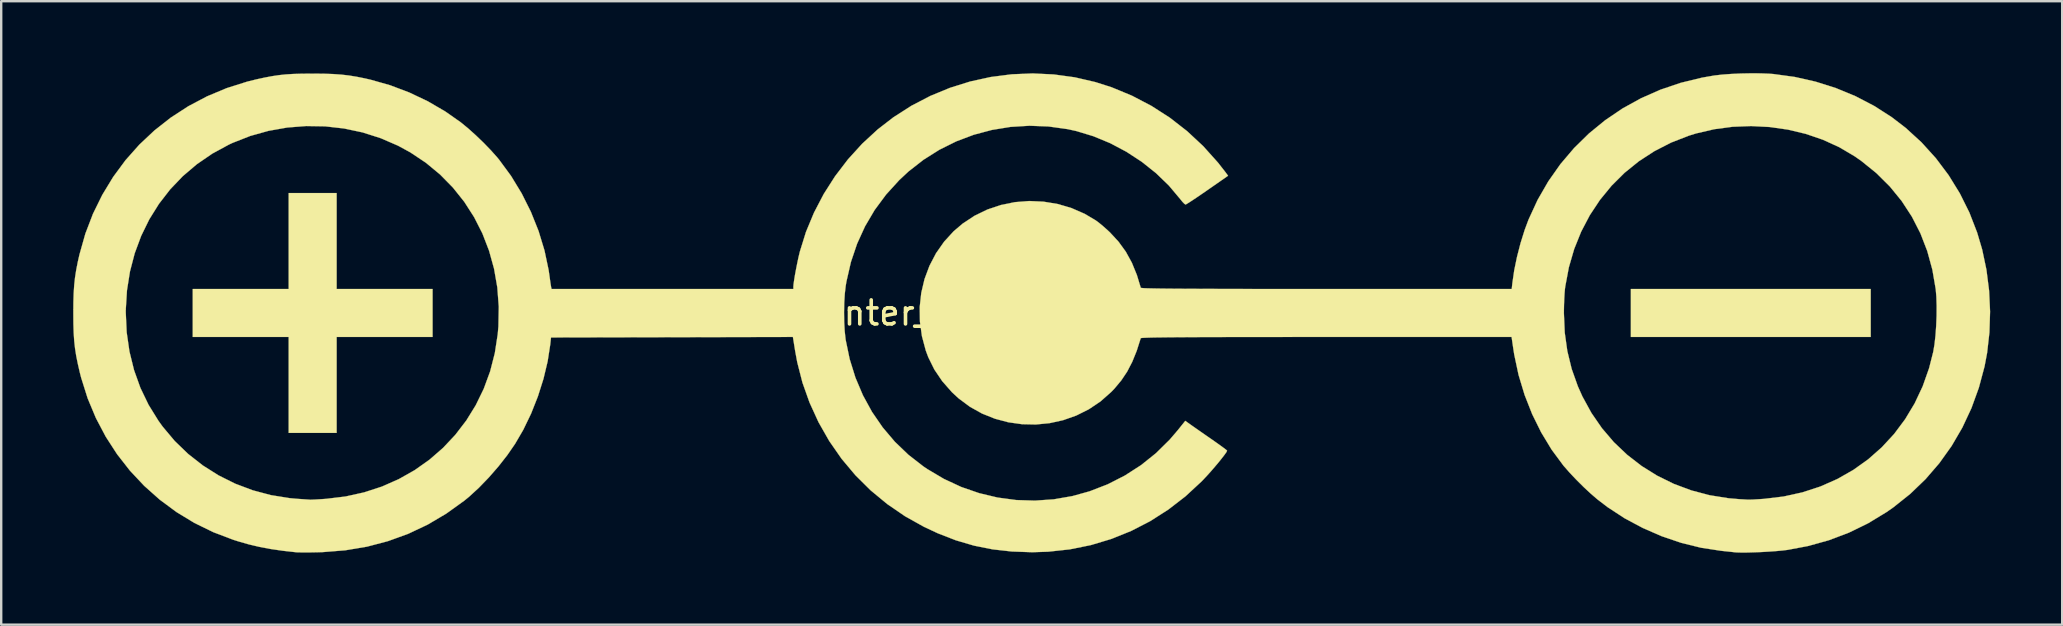
<source format=kicad_pcb>
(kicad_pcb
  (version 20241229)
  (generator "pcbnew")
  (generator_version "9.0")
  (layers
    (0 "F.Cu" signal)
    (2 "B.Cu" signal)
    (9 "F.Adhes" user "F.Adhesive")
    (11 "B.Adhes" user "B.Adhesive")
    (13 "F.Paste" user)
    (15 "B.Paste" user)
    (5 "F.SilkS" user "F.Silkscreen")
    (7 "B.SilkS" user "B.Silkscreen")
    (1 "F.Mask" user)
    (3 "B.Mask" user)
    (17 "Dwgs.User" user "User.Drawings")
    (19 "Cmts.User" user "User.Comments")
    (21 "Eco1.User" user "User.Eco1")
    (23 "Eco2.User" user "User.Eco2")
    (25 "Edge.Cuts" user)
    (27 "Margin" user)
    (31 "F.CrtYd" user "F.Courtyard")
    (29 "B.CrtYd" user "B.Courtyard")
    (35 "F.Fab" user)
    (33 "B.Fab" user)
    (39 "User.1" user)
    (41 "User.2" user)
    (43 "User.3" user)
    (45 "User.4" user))
  (footprint "Polarity_Center_Negative_20mm_SilkScreen"
    (layer "F.Cu")
    (at 39.915 9.99)
    (property "Reference" "Polarity_Center_Negative_20mm_SilkScreen" (at 0 0 0) (layer "F.SilkS") (effects (font (size 1 1) (thickness 0.15))))
    (attr exclude_from_pos_files exclude_from_bom)
    (fp_poly (pts (xy 34.977 0.999) (xy 24.984 0.999) (xy 24.984 -0.999) (xy 34.977 -0.999) (xy 34.977 0.999)) (stroke (width 0.01) (type solid)) (fill yes) (layer "F.SilkS"))
    (fp_poly (pts (xy -28.939 -0.999) (xy -24.942 -0.999) (xy -24.942 0.999) (xy -28.939 0.999) (xy -28.939 4.997) (xy -30.938 4.997) (xy -30.938 0.999) (xy -34.935 0.999) (xy -34.935 -0.999) (xy -30.938 -0.999) (xy -30.938 -4.997) (xy -28.939 -4.997) (xy -28.939 -0.999)) (stroke (width 0.01) (type solid)) (fill yes) (layer "F.SilkS"))
    (fp_poly (pts (xy 30.382 -9.983) (xy 30.744 -9.969) (xy 30.92 -9.956) (xy 31.808 -9.835) (xy 32.68 -9.638) (xy 33.527 -9.37) (xy 34.344 -9.032) (xy 35.121 -8.627) (xy 35.852 -8.159) (xy 36.434 -7.712) (xy 37.094 -7.108) (xy 37.691 -6.449) (xy 38.224 -5.74) (xy 38.69 -4.984) (xy 39.087 -4.187) (xy 39.411 -3.352) (xy 39.621 -2.644) (xy 39.799 -1.8) (xy 39.909 -0.933) (xy 39.95 -0.058) (xy 39.923 0.811) (xy 39.827 1.66) (xy 39.721 2.223) (xy 39.483 3.113) (xy 39.174 3.964) (xy 38.795 4.774) (xy 38.349 5.539) (xy 37.837 6.256) (xy 37.262 6.923) (xy 36.626 7.535) (xy 35.931 8.09) (xy 35.638 8.295) (xy 34.87 8.761) (xy 34.069 9.152) (xy 33.232 9.469) (xy 32.358 9.711) (xy 31.509 9.871) (xy 31.296 9.897) (xy 31.032 9.921) (xy 30.736 9.942) (xy 30.425 9.96) (xy 30.117 9.972) (xy 29.83 9.98) (xy 29.581 9.981) (xy 29.387 9.976) (xy 29.314 9.97) (xy 29.211 9.958) (xy 29.05 9.941) (xy 28.858 9.921) (xy 28.731 9.907) (xy 27.908 9.781) (xy 27.084 9.578) (xy 26.271 9.302) (xy 25.481 8.959) (xy 24.724 8.554) (xy 24.015 8.091) (xy 23.589 7.765) (xy 23.317 7.531) (xy 23.019 7.254) (xy 22.718 6.955) (xy 22.437 6.658) (xy 22.196 6.384) (xy 22.168 6.35) (xy 21.682 5.693) (xy 21.249 4.978) (xy 20.872 4.215) (xy 20.556 3.413) (xy 20.305 2.582) (xy 20.124 1.732) (xy 20.089 1.509) (xy 20.014 0.999) (xy 12.296 0.999) (xy 11.32 0.999) (xy 10.425 1) (xy 9.608 1) (xy 8.864 1.001) (xy 8.192 1.002) (xy 7.588 1.004) (xy 7.049 1.005) (xy 6.572 1.007) (xy 6.155 1.01) (xy 5.793 1.012) (xy 5.485 1.016) (xy 5.227 1.019) (xy 5.016 1.023) (xy 4.849 1.028) (xy 4.724 1.033) (xy 4.636 1.038) (xy 4.584 1.044) (xy 4.563 1.051) (xy 4.563 1.051) (xy 4.395 1.578) (xy 4.209 2.036) (xy 3.998 2.442) (xy 3.752 2.81) (xy 3.464 3.155) (xy 3.333 3.291) (xy 2.885 3.687) (xy 2.397 4.014) (xy 1.876 4.274) (xy 1.33 4.466) (xy 0.767 4.59) (xy 0.193 4.646) (xy -0.382 4.634) (xy -0.953 4.554) (xy -1.51 4.406) (xy -2.047 4.191) (xy -2.556 3.907) (xy -3.029 3.555) (xy -3.303 3.301) (xy -3.707 2.842) (xy -4.034 2.359) (xy -4.289 1.843) (xy -4.393 1.565) (xy -4.554 0.964) (xy -4.637 0.358) (xy -4.642 0.014) (xy 22.194 0.014) (xy 22.229 0.82) (xy 22.337 1.589) (xy 22.518 2.331) (xy 22.775 3.054) (xy 22.964 3.477) (xy 23.34 4.164) (xy 23.779 4.801) (xy 24.277 5.384) (xy 24.831 5.91) (xy 25.435 6.377) (xy 26.085 6.782) (xy 26.776 7.121) (xy 27.505 7.393) (xy 28.267 7.594) (xy 29.058 7.72) (xy 29.522 7.759) (xy 29.672 7.767) (xy 29.804 7.775) (xy 29.855 7.778) (xy 29.935 7.778) (xy 30.078 7.773) (xy 30.266 7.762) (xy 30.481 7.748) (xy 30.529 7.745) (xy 31.346 7.647) (xy 32.131 7.474) (xy 32.879 7.23) (xy 33.587 6.917) (xy 34.252 6.539) (xy 34.87 6.098) (xy 35.438 5.597) (xy 35.953 5.04) (xy 36.41 4.428) (xy 36.808 3.766) (xy 37.142 3.056) (xy 37.409 2.301) (xy 37.581 1.624) (xy 37.634 1.311) (xy 37.676 0.939) (xy 37.705 0.531) (xy 37.722 0.11) (xy 37.724 -0.301) (xy 37.712 -0.679) (xy 37.686 -0.988) (xy 37.546 -1.803) (xy 37.333 -2.581) (xy 37.048 -3.318) (xy 36.692 -4.014) (xy 36.267 -4.665) (xy 35.773 -5.271) (xy 35.213 -5.827) (xy 34.587 -6.333) (xy 34.311 -6.526) (xy 33.674 -6.903) (xy 32.993 -7.215) (xy 32.276 -7.461) (xy 31.531 -7.639) (xy 30.768 -7.748) (xy 29.995 -7.788) (xy 29.221 -7.758) (xy 28.454 -7.656) (xy 27.702 -7.481) (xy 27.399 -7.387) (xy 26.659 -7.099) (xy 25.964 -6.742) (xy 25.317 -6.322) (xy 24.722 -5.841) (xy 24.181 -5.303) (xy 23.697 -4.713) (xy 23.274 -4.075) (xy 22.915 -3.391) (xy 22.623 -2.667) (xy 22.401 -1.905) (xy 22.252 -1.111) (xy 22.237 -1) (xy 22.222 -0.829) (xy 22.209 -0.601) (xy 22.199 -0.341) (xy 22.194 -0.075) (xy 22.194 0.014) (xy -4.642 0.014) (xy -4.646 -0.245) (xy -4.581 -0.838) (xy -4.445 -1.414) (xy -4.239 -1.966) (xy -3.967 -2.487) (xy -3.63 -2.969) (xy -3.231 -3.405) (xy -2.86 -3.721) (xy -2.36 -4.051) (xy -1.824 -4.311) (xy -1.26 -4.5) (xy -0.678 -4.618) (xy -0.084 -4.664) (xy 0.511 -4.638) (xy 1.101 -4.541) (xy 1.676 -4.372) (xy 2.228 -4.131) (xy 2.686 -3.86) (xy 2.823 -3.758) (xy 2.993 -3.617) (xy 3.171 -3.46) (xy 3.279 -3.359) (xy 3.639 -2.969) (xy 3.942 -2.552) (xy 4.194 -2.093) (xy 4.403 -1.581) (xy 4.564 -1.051) (xy 4.581 -1.045) (xy 4.629 -1.039) (xy 4.712 -1.033) (xy 4.833 -1.028) (xy 4.994 -1.024) (xy 5.2 -1.02) (xy 5.452 -1.016) (xy 5.754 -1.013) (xy 6.108 -1.01) (xy 6.519 -1.008) (xy 6.988 -1.006) (xy 7.519 -1.004) (xy 8.115 -1.002) (xy 8.779 -1.001) (xy 9.513 -1) (xy 10.322 -1) (xy 11.207 -0.999) (xy 12.172 -0.999) (xy 12.299 -0.999) (xy 20.02 -0.999) (xy 20.049 -1.26) (xy 20.125 -1.782) (xy 20.241 -2.342) (xy 20.388 -2.911) (xy 20.559 -3.458) (xy 20.72 -3.889) (xy 21.098 -4.71) (xy 21.543 -5.482) (xy 22.05 -6.203) (xy 22.617 -6.87) (xy 23.239 -7.48) (xy 23.913 -8.031) (xy 24.636 -8.521) (xy 25.405 -8.945) (xy 26.216 -9.303) (xy 27.065 -9.59) (xy 27.949 -9.805) (xy 28.455 -9.893) (xy 28.774 -9.93) (xy 29.151 -9.958) (xy 29.561 -9.977) (xy 29.98 -9.985) (xy 30.382 -9.983)) (stroke (width 0.01) (type solid)) (fill yes) (layer "F.SilkS"))
    (fp_poly (pts (xy 0.941 -9.938) (xy 1.813 -9.819) (xy 2.673 -9.62) (xy 3.352 -9.403) (xy 4.199 -9.052) (xy 5.008 -8.629) (xy 5.775 -8.136) (xy 6.494 -7.577) (xy 7.164 -6.953) (xy 7.778 -6.269) (xy 8.092 -5.868) (xy 8.202 -5.718) (xy 7.34 -5.118) (xy 7.102 -4.954) (xy 6.886 -4.807) (xy 6.701 -4.684) (xy 6.556 -4.59) (xy 6.462 -4.533) (xy 6.429 -4.518) (xy 6.381 -4.549) (xy 6.302 -4.63) (xy 6.211 -4.743) (xy 5.738 -5.306) (xy 5.2 -5.826) (xy 4.606 -6.299) (xy 3.968 -6.716) (xy 3.294 -7.073) (xy 2.595 -7.363) (xy 1.88 -7.58) (xy 1.516 -7.66) (xy 0.719 -7.771) (xy -0.076 -7.801) (xy -0.863 -7.753) (xy -1.637 -7.627) (xy -2.392 -7.426) (xy -3.122 -7.151) (xy -3.821 -6.804) (xy -4.485 -6.386) (xy -5.107 -5.901) (xy -5.497 -5.538) (xy -6.046 -4.935) (xy -6.522 -4.293) (xy -6.924 -3.61) (xy -7.254 -2.887) (xy -7.512 -2.124) (xy -7.697 -1.319) (xy -7.73 -1.124) (xy -7.767 -0.803) (xy -7.79 -0.428) (xy -7.798 -0.024) (xy -7.792 0.38) (xy -7.771 0.76) (xy -7.735 1.087) (xy -7.731 1.119) (xy -7.564 1.922) (xy -7.324 2.693) (xy -7.013 3.427) (xy -6.634 4.12) (xy -6.189 4.767) (xy -5.682 5.365) (xy -5.115 5.909) (xy -4.49 6.395) (xy -4.33 6.503) (xy -3.636 6.914) (xy -2.913 7.25) (xy -2.166 7.508) (xy -1.402 7.69) (xy -0.626 7.794) (xy 0.156 7.818) (xy 0.939 7.764) (xy 1.717 7.629) (xy 2.433 7.43) (xy 3.187 7.138) (xy 3.902 6.773) (xy 4.574 6.341) (xy 5.197 5.842) (xy 5.767 5.281) (xy 6.109 4.881) (xy 6.419 4.494) (xy 6.613 4.633) (xy 6.709 4.701) (xy 6.859 4.806) (xy 7.048 4.938) (xy 7.262 5.087) (xy 7.485 5.241) (xy 7.692 5.386) (xy 7.873 5.515) (xy 8.019 5.622) (xy 8.118 5.697) (xy 8.16 5.734) (xy 8.161 5.736) (xy 8.135 5.793) (xy 8.061 5.899) (xy 7.95 6.044) (xy 7.811 6.217) (xy 7.653 6.405) (xy 7.486 6.599) (xy 7.318 6.785) (xy 7.16 6.954) (xy 7.101 7.015) (xy 6.426 7.64) (xy 5.709 8.193) (xy 4.954 8.675) (xy 4.163 9.082) (xy 3.34 9.414) (xy 2.488 9.67) (xy 1.609 9.848) (xy 0.709 9.946) (xy 0.042 9.968) (xy -0.807 9.938) (xy -1.61 9.848) (xy -2.382 9.694) (xy -3.138 9.472) (xy -3.892 9.179) (xy -4.466 8.911) (xy -5.256 8.47) (xy -5.998 7.962) (xy -6.689 7.391) (xy -7.325 6.76) (xy -7.901 6.074) (xy -8.415 5.335) (xy -8.862 4.55) (xy -9.236 3.732) (xy -9.531 2.902) (xy -9.749 2.05) (xy -9.836 1.58) (xy -9.929 0.999) (xy -14.969 1.01) (xy -20.008 1.02) (xy -20.039 1.312) (xy -20.148 2.017) (xy -20.322 2.745) (xy -20.554 3.476) (xy -20.836 4.189) (xy -21.162 4.865) (xy -21.506 5.455) (xy -21.829 5.923) (xy -22.2 6.396) (xy -22.6 6.855) (xy -23.014 7.283) (xy -23.425 7.66) (xy -23.622 7.821) (xy -24.368 8.357) (xy -25.146 8.817) (xy -25.957 9.2) (xy -26.8 9.506) (xy -27.674 9.736) (xy -28.58 9.888) (xy -29.518 9.963) (xy -29.71 9.969) (xy -29.964 9.974) (xy -30.201 9.976) (xy -30.404 9.975) (xy -30.554 9.973) (xy -30.626 9.969) (xy -31.19 9.906) (xy -31.693 9.833) (xy -32.153 9.746) (xy -32.594 9.642) (xy -33.035 9.516) (xy -33.249 9.448) (xy -34.078 9.133) (xy -34.867 8.747) (xy -35.613 8.294) (xy -36.311 7.777) (xy -36.958 7.201) (xy -37.551 6.569) (xy -38.086 5.885) (xy -38.56 5.153) (xy -38.97 4.376) (xy -39.312 3.559) (xy -39.582 2.704) (xy -39.637 2.49) (xy -39.722 2.121) (xy -39.789 1.791) (xy -39.838 1.478) (xy -39.873 1.162) (xy -39.895 0.824) (xy -39.907 0.444) (xy -39.91 0) (xy -39.91 -0.021) (xy -37.725 -0.021) (xy -37.687 0.806) (xy -37.571 1.608) (xy -37.38 2.381) (xy -37.115 3.121) (xy -36.776 3.825) (xy -36.365 4.49) (xy -36.19 4.733) (xy -35.686 5.333) (xy -35.126 5.873) (xy -34.515 6.352) (xy -33.859 6.766) (xy -33.164 7.113) (xy -32.434 7.388) (xy -31.676 7.59) (xy -30.895 7.715) (xy -30.584 7.743) (xy -30.389 7.756) (xy -30.219 7.768) (xy -30.095 7.776) (xy -30.043 7.78) (xy -29.972 7.779) (xy -29.836 7.773) (xy -29.653 7.762) (xy -29.44 7.748) (xy -29.379 7.744) (xy -28.569 7.646) (xy -27.792 7.474) (xy -27.05 7.232) (xy -26.347 6.921) (xy -25.687 6.548) (xy -25.072 6.113) (xy -24.507 5.622) (xy -23.995 5.077) (xy -23.539 4.483) (xy -23.143 3.842) (xy -22.81 3.158) (xy -22.544 2.434) (xy -22.349 1.674) (xy -22.227 0.881) (xy -22.199 0.562) (xy -22.184 -0.263) (xy -22.245 -1.067) (xy -22.381 -1.846) (xy -22.589 -2.596) (xy -22.866 -3.313) (xy -23.211 -3.993) (xy -23.621 -4.632) (xy -24.095 -5.225) (xy -24.629 -5.769) (xy -25.221 -6.259) (xy -25.869 -6.691) (xy -26.379 -6.969) (xy -27.104 -7.283) (xy -27.857 -7.523) (xy -28.631 -7.687) (xy -29.417 -7.776) (xy -30.209 -7.789) (xy -30.998 -7.727) (xy -31.777 -7.589) (xy -32.539 -7.376) (xy -33.275 -7.087) (xy -33.427 -7.016) (xy -34.121 -6.639) (xy -34.762 -6.199) (xy -35.348 -5.701) (xy -35.875 -5.15) (xy -36.341 -4.549) (xy -36.745 -3.902) (xy -37.082 -3.214) (xy -37.352 -2.488) (xy -37.55 -1.73) (xy -37.675 -0.942) (xy -37.725 -0.13) (xy -37.725 -0.021) (xy -39.91 -0.021) (xy -39.907 -0.443) (xy -39.895 -0.824) (xy -39.873 -1.162) (xy -39.839 -1.477) (xy -39.79 -1.791) (xy -39.725 -2.123) (xy -39.654 -2.436) (xy -39.409 -3.303) (xy -39.091 -4.133) (xy -38.703 -4.922) (xy -38.25 -5.668) (xy -37.735 -6.366) (xy -37.16 -7.013) (xy -36.53 -7.605) (xy -35.848 -8.141) (xy -35.117 -8.615) (xy -34.341 -9.025) (xy -33.524 -9.367) (xy -32.667 -9.638) (xy -32.27 -9.736) (xy -31.928 -9.81) (xy -31.626 -9.867) (xy -31.342 -9.909) (xy -31.059 -9.939) (xy -30.756 -9.958) (xy -30.413 -9.968) (xy -30.011 -9.972) (xy -29.918 -9.972) (xy -29.472 -9.968) (xy -29.088 -9.955) (xy -28.746 -9.931) (xy -28.424 -9.894) (xy -28.103 -9.842) (xy -27.761 -9.773) (xy -27.526 -9.719) (xy -26.713 -9.489) (xy -25.912 -9.186) (xy -25.139 -8.819) (xy -24.407 -8.392) (xy -23.77 -7.945) (xy -23.467 -7.697) (xy -23.141 -7.404) (xy -22.813 -7.089) (xy -22.506 -6.771) (xy -22.24 -6.472) (xy -22.174 -6.392) (xy -21.673 -5.711) (xy -21.229 -4.981) (xy -20.845 -4.212) (xy -20.526 -3.415) (xy -20.279 -2.604) (xy -20.107 -1.789) (xy -20.071 -1.541) (xy -20.047 -1.366) (xy -20.025 -1.214) (xy -20.008 -1.111) (xy -20.005 -1.093) (xy -19.985 -0.999) (xy -9.91 -0.999) (xy -9.91 -1.098) (xy -9.901 -1.206) (xy -9.877 -1.376) (xy -9.842 -1.59) (xy -9.797 -1.83) (xy -9.748 -2.077) (xy -9.698 -2.313) (xy -9.649 -2.519) (xy -9.64 -2.556) (xy -9.384 -3.379) (xy -9.05 -4.181) (xy -8.645 -4.957) (xy -8.171 -5.699) (xy -7.636 -6.399) (xy -7.043 -7.051) (xy -6.397 -7.647) (xy -5.744 -8.152) (xy -4.991 -8.634) (xy -4.202 -9.044) (xy -3.384 -9.381) (xy -2.543 -9.644) (xy -1.684 -9.832) (xy -0.813 -9.944) (xy 0.064 -9.98) (xy 0.941 -9.938)) (stroke (width 0.01) (type solid)) (fill yes) (layer "F.SilkS")))
  (gr_rect
    (start -3 -3)
    (end 82.87 22.977)
    (stroke (width 0.1) (type default))
    (fill no)
    (layer "Edge.Cuts")))
</source>
